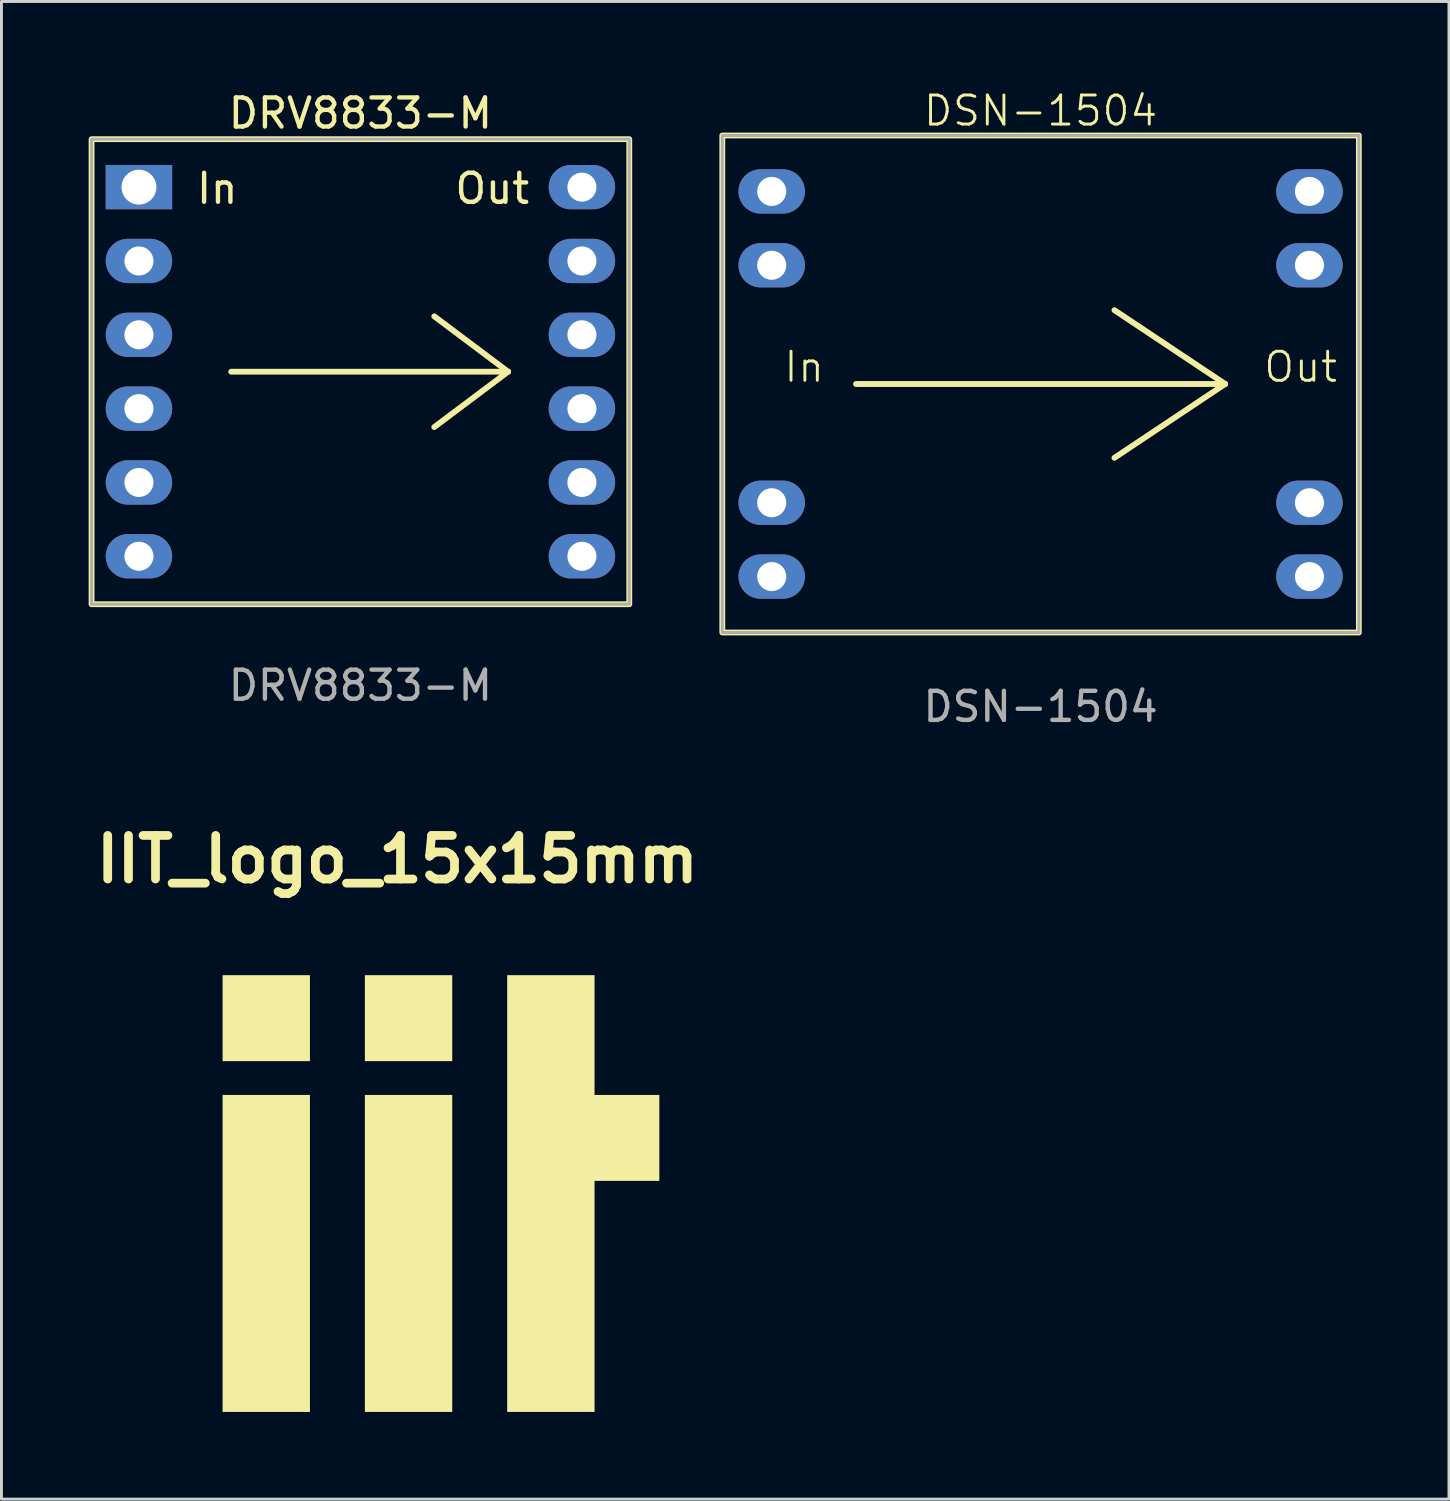
<source format=kicad_pcb>
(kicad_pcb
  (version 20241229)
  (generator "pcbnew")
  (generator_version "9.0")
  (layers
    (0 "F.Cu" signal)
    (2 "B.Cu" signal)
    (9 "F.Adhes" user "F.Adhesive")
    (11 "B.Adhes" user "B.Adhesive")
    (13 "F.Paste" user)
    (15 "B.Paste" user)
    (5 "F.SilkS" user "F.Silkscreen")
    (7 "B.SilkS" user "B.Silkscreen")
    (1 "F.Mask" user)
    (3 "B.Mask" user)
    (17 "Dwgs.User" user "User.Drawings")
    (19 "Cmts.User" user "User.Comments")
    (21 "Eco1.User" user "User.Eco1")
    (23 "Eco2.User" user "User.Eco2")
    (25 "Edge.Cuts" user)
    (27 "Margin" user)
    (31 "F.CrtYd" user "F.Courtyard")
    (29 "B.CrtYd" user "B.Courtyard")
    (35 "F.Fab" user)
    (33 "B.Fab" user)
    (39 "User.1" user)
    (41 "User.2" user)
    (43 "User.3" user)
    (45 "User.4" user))
  (footprint "DRV8833-M"
    (layer "F.Cu")
    (at 9.35 9.738)
    (property "Reference" "DRV8833-M" (at 0 -8.89 0) (unlocked yes) (layer "F.SilkS") (effects (font (size 1 1) (thickness 0.15))))
    (attr through_hole)
    (fp_line (start -4.445 0) (end 5.08 0) (stroke (width 0.2) (type default)) (layer "F.SilkS"))
    (fp_line (start 5.08 0) (end 2.54 -1.905) (stroke (width 0.2) (type default)) (layer "F.SilkS"))
    (fp_line (start 5.08 0) (end 2.54 1.905) (stroke (width 0.2) (type default)) (layer "F.SilkS"))
    (fp_rect (start -9.25 -8) (end 9.25 8) (stroke (width 0.2) (type default)) (fill no) (layer "F.SilkS"))
    (fp_rect (start -9.25 -8) (end 9.25 8) (stroke (width 0.1) (type default)) (fill no) (layer "F.Fab"))
    (fp_text user "In" (at -5.715 -5.715 0) (unlocked yes) (layer "F.SilkS") (effects (font (size 1 1) (thickness 0.15)) (justify left bottom)))
    (fp_text user "Out" (at 3.175 -5.715 0) (unlocked yes) (layer "F.SilkS") (effects (font (size 1 1) (thickness 0.15)) (justify left bottom)))
    (fp_text user "${REFERENCE}" (at 0 10.795 0) (unlocked yes) (layer "F.Fab") (effects (font (size 1 1) (thickness 0.15))))
    (pad "1" thru_hole rect (at -7.62 -6.35) (size 2.286 1.524) (drill 1.2) (layers "*.Cu" "*.Mask"))
    (pad "2" thru_hole oval (at -7.62 -3.81) (size 2.286 1.524) (drill 1) (layers "*.Cu" "*.Mask"))
    (pad "3" thru_hole oval (at -7.62 -1.27) (size 2.286 1.524) (drill 1) (layers "*.Cu" "*.Mask"))
    (pad "4" thru_hole oval (at -7.62 1.27) (size 2.286 1.524) (drill 1) (layers "*.Cu" "*.Mask"))
    (pad "5" thru_hole oval (at -7.62 3.81) (size 2.286 1.524) (drill 1) (layers "*.Cu" "*.Mask"))
    (pad "6" thru_hole oval (at -7.62 6.35) (size 2.286 1.524) (drill 1) (layers "*.Cu" "*.Mask"))
    (pad "7" thru_hole oval (at 7.62 6.35) (size 2.286 1.524) (drill 1) (layers "*.Cu" "*.Mask"))
    (pad "8" thru_hole oval (at 7.62 3.81) (size 2.286 1.524) (drill 1) (layers "*.Cu" "*.Mask"))
    (pad "9" thru_hole oval (at 7.62 1.27) (size 2.286 1.524) (drill 1) (layers "*.Cu" "*.Mask"))
    (pad "10" thru_hole oval (at 7.62 -1.27) (size 2.286 1.524) (drill 1) (layers "*.Cu" "*.Mask"))
    (pad "11" thru_hole oval (at 7.62 -3.81) (size 2.286 1.524) (drill 1) (layers "*.Cu" "*.Mask"))
    (pad "12" thru_hole oval (at 7.62 -6.35) (size 2.286 1.524) (drill 1) (layers "*.Cu" "*.Mask")))
  (footprint "DSN-1504"
    (layer "F.Cu")
    (at 32.75 10.161)
    (property "Reference" "DSN-1504" (at 0 -9.4 0) (unlocked yes) (layer "F.SilkS") (effects (font (size 1 1) (thickness 0.1))))
    (attr through_hole)
    (fp_line (start -6.35 0) (end 6.35 0) (stroke (width 0.2) (type default)) (layer "F.SilkS"))
    (fp_line (start 6.35 0) (end 2.54 -2.54) (stroke (width 0.2) (type default)) (layer "F.SilkS"))
    (fp_line (start 6.35 0) (end 2.54 2.54) (stroke (width 0.2) (type default)) (layer "F.SilkS"))
    (fp_rect (start -10.95 -8.55) (end 10.95 8.55) (stroke (width 0.2) (type default)) (fill no) (layer "F.SilkS"))
    (fp_rect (start -10.95 -8.55) (end 10.95 8.55) (stroke (width 0.1) (type default)) (fill no) (layer "F.Fab"))
    (fp_text user "In" (at -8.89 0 0) (unlocked yes) (layer "F.SilkS") (effects (font (size 1 1) (thickness 0.1)) (justify left bottom)))
    (fp_text user "Out" (at 7.62 0 0) (unlocked yes) (layer "F.SilkS") (effects (font (size 1 1) (thickness 0.1)) (justify left bottom)))
    (fp_text user "${REFERENCE}" (at 0 11.1 0) (unlocked yes) (layer "F.Fab") (effects (font (size 1 1) (thickness 0.15))))
    (pad "1" thru_hole oval (at -9.25 -6.625) (size 2.286 1.524) (drill 1) (layers "*.Cu" "*.Mask"))
    (pad "1" thru_hole oval (at -9.25 -4.085) (size 2.286 1.524) (drill 1) (layers "*.Cu" "*.Mask"))
    (pad "2" thru_hole oval (at -9.25 4.085) (size 2.286 1.524) (drill 1) (layers "*.Cu" "*.Mask"))
    (pad "2" thru_hole oval (at -9.25 6.625) (size 2.286 1.524) (drill 1) (layers "*.Cu" "*.Mask"))
    (pad "3" thru_hole oval (at 9.25 4.085) (size 2.286 1.524) (drill 1) (layers "*.Cu" "*.Mask"))
    (pad "3" thru_hole oval (at 9.25 6.625) (size 2.286 1.524) (drill 1) (layers "*.Cu" "*.Mask"))
    (pad "4" thru_hole oval (at 9.25 -6.625) (size 2.286 1.524) (drill 1) (layers "*.Cu" "*.Mask"))
    (pad "4" thru_hole oval (at 9.25 -4.085) (size 2.286 1.524) (drill 1) (layers "*.Cu" "*.Mask")))
  (footprint "IIT_logo_15x15mm"
    (layer "F.Cu")
    (at 12.121 38.013)
    (property "Reference" "IIT_logo_15x15mm" (at -1.5 -11.5 0) (layer "F.SilkS") (effects (font (size 1.5 1.5) (thickness 0.3))))
    (attr board_only exclude_from_pos_files exclude_from_bom)
    (fp_poly (pts (xy -4.508 -6.035) (xy -4.508 -4.556) (xy -6.011 -4.556) (xy -7.513 -4.556) (xy -7.513 -6.035) (xy -7.513 -7.513) (xy -6.011 -7.513) (xy -4.508 -7.513)) (stroke (width 0) (type solid)) (fill yes) (layer "F.SilkS"))
    (fp_poly (pts (xy -4.508 2.06) (xy -4.508 7.513) (xy -6.011 7.513) (xy -7.513 7.513) (xy -7.513 2.06) (xy -7.513 -3.393) (xy -6.011 -3.393) (xy -4.508 -3.393)) (stroke (width 0) (type solid)) (fill yes) (layer "F.SilkS"))
    (fp_poly (pts (xy 0.388 -6.035) (xy 0.388 -4.556) (xy -1.115 -4.556) (xy -2.618 -4.556) (xy -2.618 -6.035) (xy -2.618 -7.513) (xy -1.115 -7.513) (xy 0.388 -7.513)) (stroke (width 0) (type solid)) (fill yes) (layer "F.SilkS"))
    (fp_poly (pts (xy 0.388 2.06) (xy 0.388 7.513) (xy -1.115 7.513) (xy -2.618 7.513) (xy -2.618 2.06) (xy -2.618 -3.393) (xy -1.115 -3.393) (xy 0.388 -3.393)) (stroke (width 0) (type solid)) (fill yes) (layer "F.SilkS"))
    (fp_poly (pts (xy 5.284 -5.453) (xy 5.284 -3.393) (xy 6.398 -3.393) (xy 7.513 -3.393) (xy 7.513 -1.915) (xy 7.513 -0.436) (xy 6.398 -0.436) (xy 5.284 -0.436) (xy 5.284 3.539) (xy 5.284 7.513) (xy 3.781 7.513) (xy 2.278 7.513) (xy 2.278 0) (xy 2.278 -7.513) (xy 3.781 -7.513) (xy 5.284 -7.513)) (stroke (width 0) (type solid)) (fill yes) (layer "F.SilkS")))
  (gr_rect
    (start -3 -3)
    (end 46.8 48.526)
    (stroke (width 0.1) (type default))
    (fill no)
    (layer "Edge.Cuts")))
</source>
